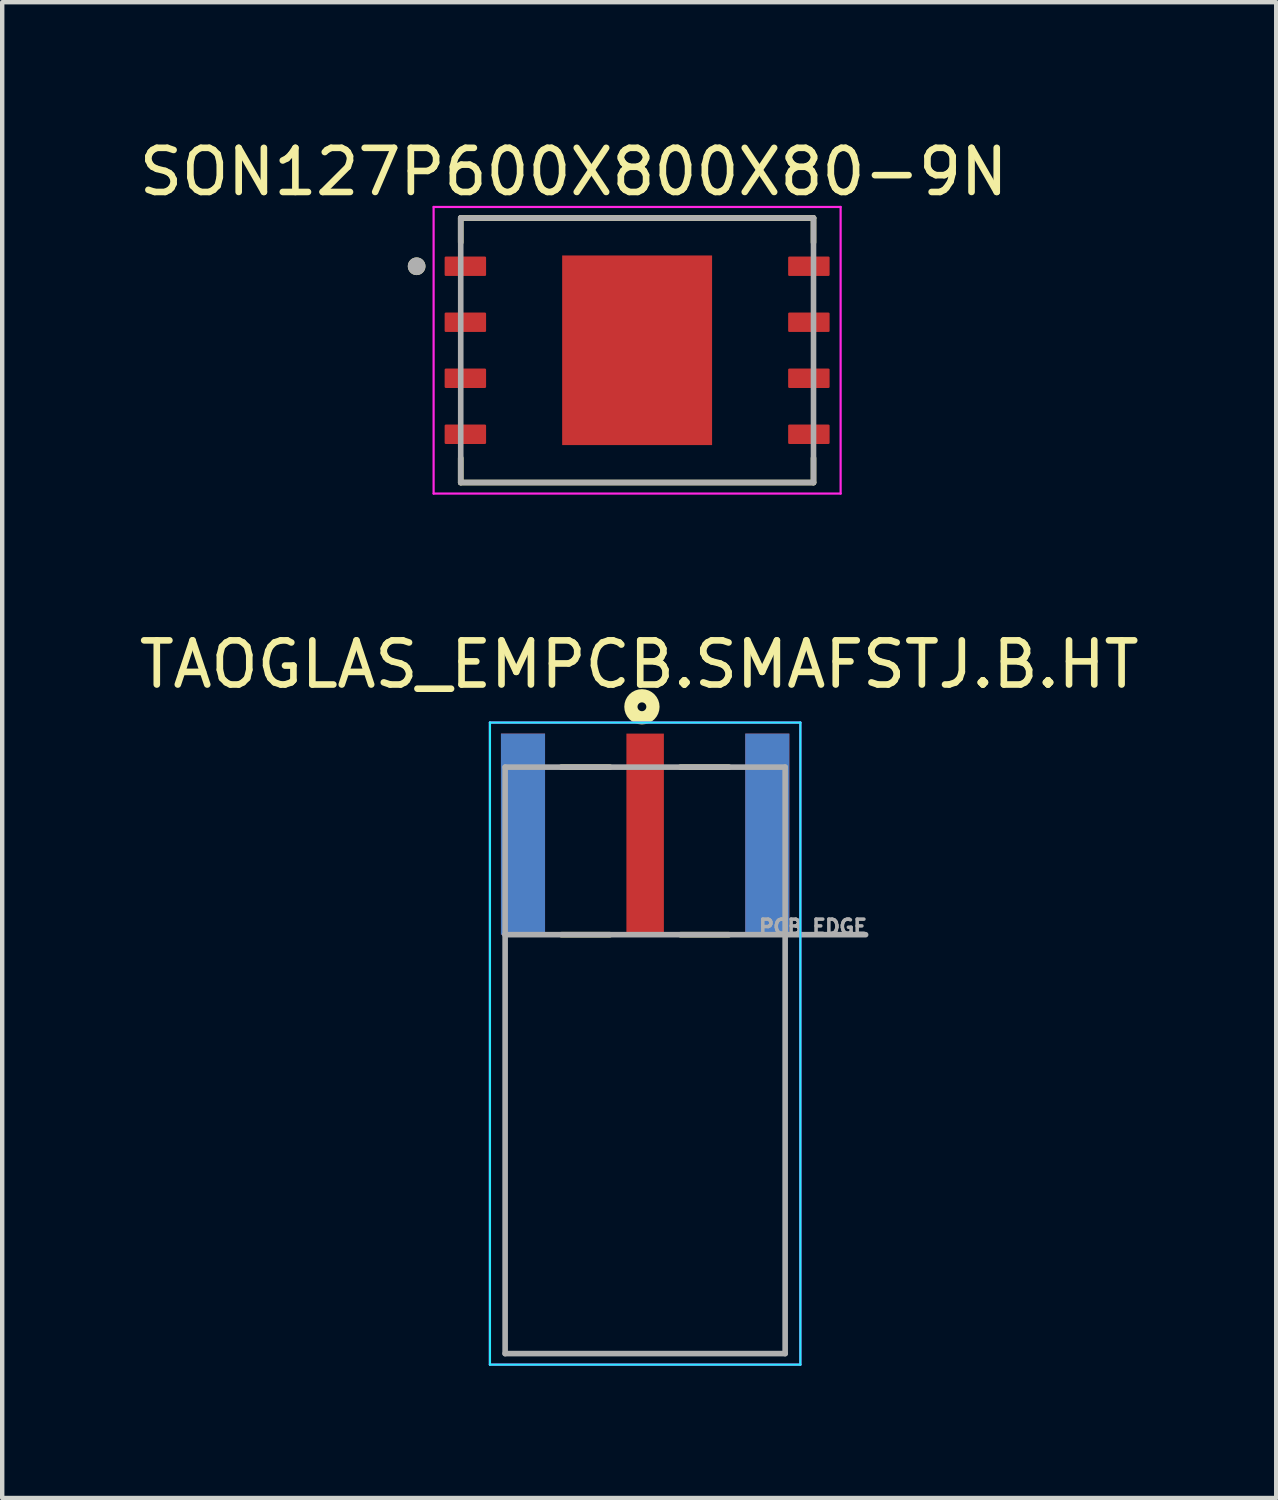
<source format=kicad_pcb>
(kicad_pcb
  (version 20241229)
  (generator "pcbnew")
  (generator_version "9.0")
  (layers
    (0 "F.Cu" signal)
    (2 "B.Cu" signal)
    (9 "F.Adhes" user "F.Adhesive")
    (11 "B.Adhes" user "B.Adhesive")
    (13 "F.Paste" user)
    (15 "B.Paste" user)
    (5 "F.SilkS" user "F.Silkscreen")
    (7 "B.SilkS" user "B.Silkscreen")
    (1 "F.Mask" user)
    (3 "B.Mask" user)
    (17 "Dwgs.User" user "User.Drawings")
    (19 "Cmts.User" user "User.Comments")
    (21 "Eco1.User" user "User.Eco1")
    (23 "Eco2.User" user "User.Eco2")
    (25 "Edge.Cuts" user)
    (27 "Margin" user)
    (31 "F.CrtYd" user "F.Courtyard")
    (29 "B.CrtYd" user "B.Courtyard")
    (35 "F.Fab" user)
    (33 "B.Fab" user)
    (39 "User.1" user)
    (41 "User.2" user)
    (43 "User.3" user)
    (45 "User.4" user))
  (footprint "TAOGLAS_EMPCB.SMAFSTJ.B.HT"
    (layer "F.Cu")
    (at 11.58 15.866)
    (property "Reference" "TAOGLAS_EMPCB.SMAFSTJ.B.HT" (at -0.135 -3.849 0) (layer "F.SilkS") (effects (font (size 1.001 1.001) (thickness 0.15))))
    (attr smd)
    (fp_line (start -1.9 -1.52) (end -0.8 -1.52) (stroke (width 0.127) (type solid)) (layer "F.SilkS"))
    (fp_line (start -1.9 2.28) (end -0.8 2.28) (stroke (width 0.127) (type solid)) (layer "F.SilkS"))
    (fp_line (start 0.8 -1.52) (end 1.9 -1.52) (stroke (width 0.127) (type solid)) (layer "F.SilkS"))
    (fp_line (start 0.8 2.28) (end 1.9 2.28) (stroke (width 0.127) (type solid)) (layer "F.SilkS"))
    (fp_circle (center -0.073 -2.888) (end 0.027 -2.888) (stroke (width 0.3) (type solid)) (fill no) (layer "F.SilkS"))
    (fp_line (start -3.52 -2.53) (end 3.52 -2.53) (stroke (width 0.05) (type solid)) (layer "B.CrtYd"))
    (fp_line (start -3.52 12.03) (end -3.52 -2.53) (stroke (width 0.05) (type solid)) (layer "B.CrtYd"))
    (fp_line (start 3.52 -2.53) (end 3.52 12.03) (stroke (width 0.05) (type solid)) (layer "B.CrtYd"))
    (fp_line (start 3.52 12.03) (end -3.52 12.03) (stroke (width 0.05) (type solid)) (layer "B.CrtYd"))
    (fp_line (start -3.52 -2.53) (end 3.52 -2.53) (stroke (width 0.05) (type solid)) (layer "F.CrtYd"))
    (fp_line (start -3.52 12.03) (end -3.52 -2.53) (stroke (width 0.05) (type solid)) (layer "F.CrtYd"))
    (fp_line (start 3.52 -2.53) (end 3.52 12.03) (stroke (width 0.05) (type solid)) (layer "F.CrtYd"))
    (fp_line (start 3.52 12.03) (end -3.52 12.03) (stroke (width 0.05) (type solid)) (layer "F.CrtYd"))
    (fp_line (start -3.175 -1.52) (end 3.175 -1.52) (stroke (width 0.127) (type solid)) (layer "F.Fab"))
    (fp_line (start -3.175 2.28) (end -3.175 -1.52) (stroke (width 0.127) (type solid)) (layer "F.Fab"))
    (fp_line (start -3.175 2.28) (end 5 2.28) (stroke (width 0.127) (type solid)) (layer "F.Fab"))
    (fp_line (start -3.175 11.78) (end -3.175 2.28) (stroke (width 0.127) (type solid)) (layer "F.Fab"))
    (fp_line (start 3.175 -1.52) (end 3.175 11.78) (stroke (width 0.127) (type solid)) (layer "F.Fab"))
    (fp_line (start 3.175 11.78) (end -3.175 11.78) (stroke (width 0.127) (type solid)) (layer "F.Fab"))
    (fp_text user "PCB EDGE" (at 3.807 2.104 0) (layer "F.Fab") (effects (font (size 0.321 0.321) (thickness 0.15))))
    (pad "1" smd rect (at 0 0) (size 0.85 4.56) (layers "F.Cu" "F.Mask" "F.Paste"))
    (pad "SH1" smd rect (at -2.77 0) (size 1 4.56) (layers "F.Cu" "F.Mask" "F.Paste"))
    (pad "SH2" smd rect (at 2.77 0) (size 1 4.56) (layers "F.Cu" "F.Mask" "F.Paste"))
    (pad "SH3" smd rect (at -2.77 0) (size 1 4.56) (layers "B.Cu" "B.Mask" "B.Paste"))
    (pad "SH4" smd rect (at 2.77 0) (size 1 4.56) (layers "B.Cu" "B.Mask" "B.Paste")))
  (footprint "SON127P600X800X80-9N"
    (layer "F.Cu")
    (at 11.398 4.893)
    (property "Reference" "SON127P600X800X80-9N" (at -1.44 -4.045 0) (layer "F.SilkS") (effects (font (size 1 1) (thickness 0.15))))
    (attr smd)
    (fp_line (start -4 -3) (end -4 -2.445) (stroke (width 0.127) (type solid)) (layer "F.SilkS"))
    (fp_line (start -4 -3) (end 4 -3) (stroke (width 0.127) (type solid)) (layer "F.SilkS"))
    (fp_line (start -4 3) (end -4 2.445) (stroke (width 0.127) (type solid)) (layer "F.SilkS"))
    (fp_line (start -4 3) (end 4 3) (stroke (width 0.127) (type solid)) (layer "F.SilkS"))
    (fp_line (start 4 -3) (end 4 -2.445) (stroke (width 0.127) (type solid)) (layer "F.SilkS"))
    (fp_line (start 4 3) (end 4 2.445) (stroke (width 0.127) (type solid)) (layer "F.SilkS"))
    (fp_circle (center -5 -1.905) (end -4.9 -1.905) (stroke (width 0.2) (type solid)) (fill no) (layer "F.SilkS"))
    (fp_poly (pts (xy -1.24 -1.69) (xy -0.23 -1.69) (xy -0.23 -0.23) (xy -1.24 -0.23)) (stroke (width 0.01) (type solid)) (fill yes) (layer "F.Paste"))
    (fp_poly (pts (xy -1.24 0.23) (xy -0.23 0.23) (xy -0.23 1.69) (xy -1.24 1.69)) (stroke (width 0.01) (type solid)) (fill yes) (layer "F.Paste"))
    (fp_poly (pts (xy 0.23 -1.69) (xy 1.24 -1.69) (xy 1.24 -0.23) (xy 0.23 -0.23)) (stroke (width 0.01) (type solid)) (fill yes) (layer "F.Paste"))
    (fp_poly (pts (xy 0.23 0.23) (xy 1.24 0.23) (xy 1.24 1.69) (xy 0.23 1.69)) (stroke (width 0.01) (type solid)) (fill yes) (layer "F.Paste"))
    (fp_line (start -4.615 -3.25) (end -4.615 3.25) (stroke (width 0.05) (type solid)) (layer "F.CrtYd"))
    (fp_line (start -4.615 3.25) (end 4.615 3.25) (stroke (width 0.05) (type solid)) (layer "F.CrtYd"))
    (fp_line (start 4.615 -3.25) (end -4.615 -3.25) (stroke (width 0.05) (type solid)) (layer "F.CrtYd"))
    (fp_line (start 4.615 3.25) (end 4.615 -3.25) (stroke (width 0.05) (type solid)) (layer "F.CrtYd"))
    (fp_line (start -4 -3) (end -4 3) (stroke (width 0.127) (type solid)) (layer "F.Fab"))
    (fp_line (start -4 -3) (end 4 -3) (stroke (width 0.127) (type solid)) (layer "F.Fab"))
    (fp_line (start -4 3) (end 4 3) (stroke (width 0.127) (type solid)) (layer "F.Fab"))
    (fp_line (start 4 -3) (end 4 3) (stroke (width 0.127) (type solid)) (layer "F.Fab"))
    (fp_circle (center -5 -1.905) (end -4.9 -1.905) (stroke (width 0.2) (type solid)) (fill no) (layer "F.Fab"))
    (pad "1" smd roundrect (at -3.895 -1.905) (size 0.94 0.44) (layers "F.Cu" "F.Mask" "F.Paste") (roundrect_rratio 0.06))
    (pad "2" smd roundrect (at -3.895 -0.635) (size 0.94 0.44) (layers "F.Cu" "F.Mask" "F.Paste") (roundrect_rratio 0.06))
    (pad "3" smd roundrect (at -3.895 0.635) (size 0.94 0.44) (layers "F.Cu" "F.Mask" "F.Paste") (roundrect_rratio 0.06))
    (pad "4" smd roundrect (at -3.895 1.905) (size 0.94 0.44) (layers "F.Cu" "F.Mask" "F.Paste") (roundrect_rratio 0.06))
    (pad "5" smd roundrect (at 3.895 1.905) (size 0.94 0.44) (layers "F.Cu" "F.Mask" "F.Paste") (roundrect_rratio 0.06))
    (pad "6" smd roundrect (at 3.895 0.635) (size 0.94 0.44) (layers "F.Cu" "F.Mask" "F.Paste") (roundrect_rratio 0.06))
    (pad "7" smd roundrect (at 3.895 -0.635) (size 0.94 0.44) (layers "F.Cu" "F.Mask" "F.Paste") (roundrect_rratio 0.06))
    (pad "8" smd roundrect (at 3.895 -1.905) (size 0.94 0.44) (layers "F.Cu" "F.Mask" "F.Paste") (roundrect_rratio 0.06))
    (pad "9" smd rect (at 0 0) (size 3.4 4.3) (layers "F.Cu" "F.Mask")))
  (gr_rect
    (start -3 -3)
    (end 25.891 30.921)
    (stroke (width 0.1) (type default))
    (fill no)
    (layer "Edge.Cuts")))
</source>
